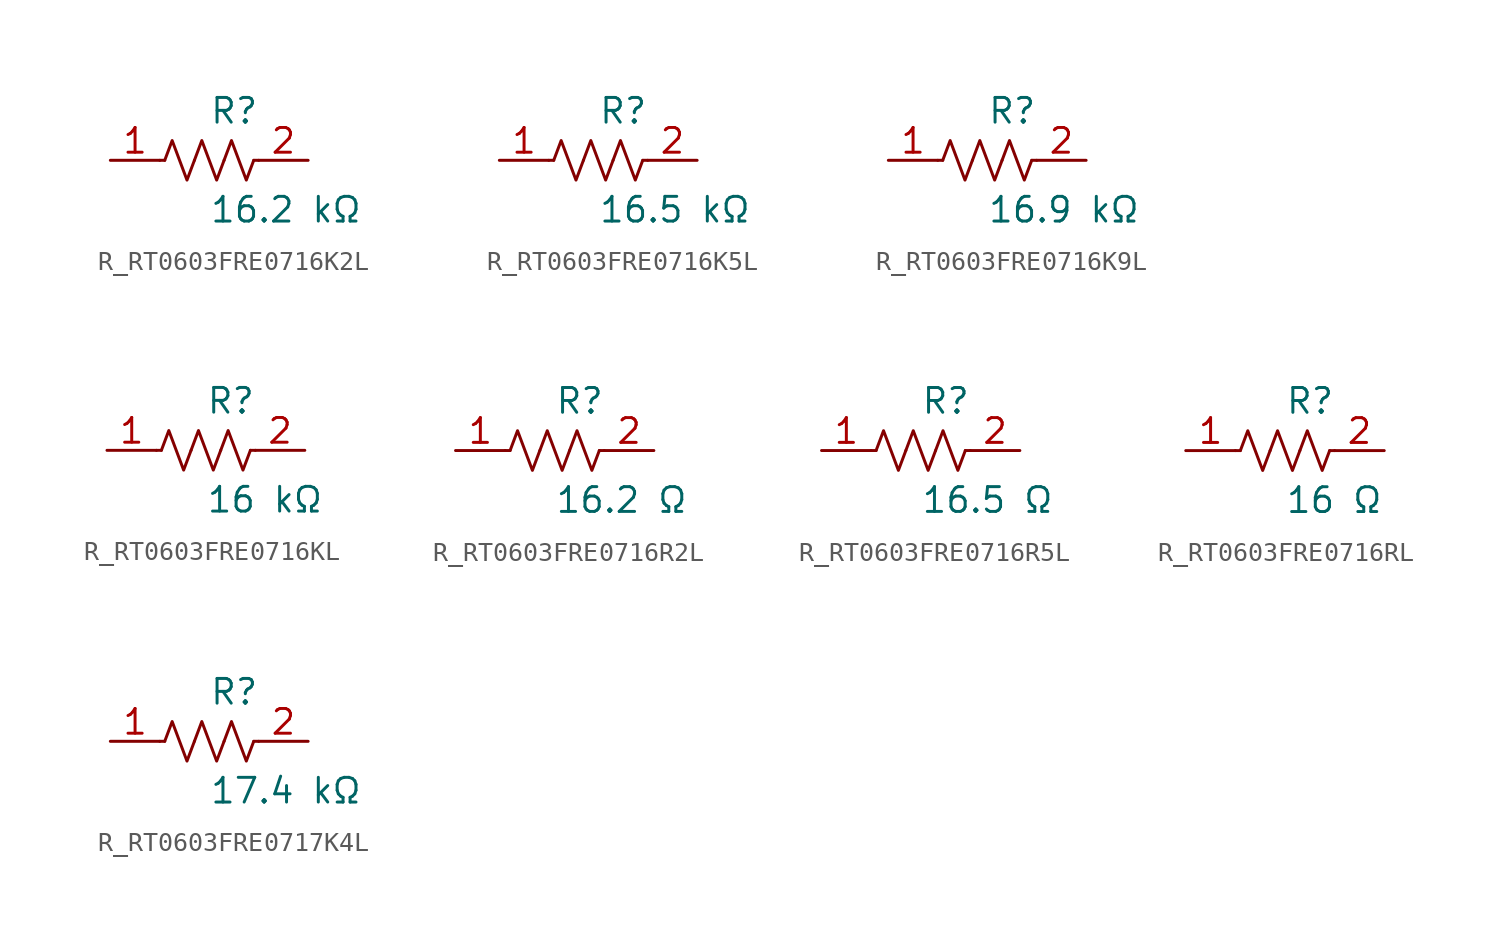
<source format=kicad_sym>
(kicad_symbol_lib
  (version 20231120)
  (generator kicad_symbol_editor)
  (generator_version 8.0)
  (symbol "R_RT0603FRE0716K2L"
    (pin_names
      (offset 0.254))
    (property "Reference" "R"
      (at 0.0 2.54 0)
      (effects (font (size 1.27 1.27)) (justify left)))
    (property "Value" "16.2 kΩ"
      (at 0.0 -2.54 0)
      (effects (font (size 1.27 1.27)) (justify left)))
    (symbol "R_RT0603FRE0716K2L_0_1"
      (polyline (pts (xy 2.286 0) (xy 2.54 0)) (stroke (width 0) (type default)) (fill (type none)))
      (polyline (pts (xy -2.286 0) (xy -2.54 0)) (stroke (width 0) (type default)) (fill (type none)))
      (polyline (pts (xy 0.762 0) (xy 1.143 1.016) (xy 1.524 0) (xy 1.905 -1.016) (xy 2.286 0)) (stroke (width 0) (type default)) (fill (type none)))
      (polyline (pts (xy -0.762 0) (xy -0.381 1.016) (xy 0 0) (xy 0.381 -1.016) (xy 0.762 0)) (stroke (width 0) (type default)) (fill (type none)))
      (polyline (pts (xy -2.286 0) (xy -1.905 1.016) (xy -1.524 0) (xy -1.143 -1.016) (xy -0.762 0)) (stroke (width 0) (type default)) (fill (type none))))
    (pin unspecified line
      (at -5.08 0 0)
      (length 2.54)
      (name "" (effects (font (size 1.27 1.27))))
      (number "1" (effects (font (size 1.27 1.27)))))
    (pin unspecified line
      (at 5.08 0 180)
      (length 2.54)
      (name "" (effects (font (size 1.27 1.27))))
      (number "2" (effects (font (size 1.27 1.27))))))
  (symbol "R_RT0603FRE0716K5L"
    (pin_names
      (offset 0.254))
    (property "Reference" "R"
      (at 0.0 2.54 0)
      (effects (font (size 1.27 1.27)) (justify left)))
    (property "Value" "16.5 kΩ"
      (at 0.0 -2.54 0)
      (effects (font (size 1.27 1.27)) (justify left)))
    (symbol "R_RT0603FRE0716K5L_0_1"
      (polyline (pts (xy 2.286 0) (xy 2.54 0)) (stroke (width 0) (type default)) (fill (type none)))
      (polyline (pts (xy -2.286 0) (xy -2.54 0)) (stroke (width 0) (type default)) (fill (type none)))
      (polyline (pts (xy 0.762 0) (xy 1.143 1.016) (xy 1.524 0) (xy 1.905 -1.016) (xy 2.286 0)) (stroke (width 0) (type default)) (fill (type none)))
      (polyline (pts (xy -0.762 0) (xy -0.381 1.016) (xy 0 0) (xy 0.381 -1.016) (xy 0.762 0)) (stroke (width 0) (type default)) (fill (type none)))
      (polyline (pts (xy -2.286 0) (xy -1.905 1.016) (xy -1.524 0) (xy -1.143 -1.016) (xy -0.762 0)) (stroke (width 0) (type default)) (fill (type none))))
    (pin unspecified line
      (at -5.08 0 0)
      (length 2.54)
      (name "" (effects (font (size 1.27 1.27))))
      (number "1" (effects (font (size 1.27 1.27)))))
    (pin unspecified line
      (at 5.08 0 180)
      (length 2.54)
      (name "" (effects (font (size 1.27 1.27))))
      (number "2" (effects (font (size 1.27 1.27))))))
  (symbol "R_RT0603FRE0716K9L"
    (pin_names
      (offset 0.254))
    (property "Reference" "R"
      (at 0.0 2.54 0)
      (effects (font (size 1.27 1.27)) (justify left)))
    (property "Value" "16.9 kΩ"
      (at 0.0 -2.54 0)
      (effects (font (size 1.27 1.27)) (justify left)))
    (symbol "R_RT0603FRE0716K9L_0_1"
      (polyline (pts (xy 2.286 0) (xy 2.54 0)) (stroke (width 0) (type default)) (fill (type none)))
      (polyline (pts (xy -2.286 0) (xy -2.54 0)) (stroke (width 0) (type default)) (fill (type none)))
      (polyline (pts (xy 0.762 0) (xy 1.143 1.016) (xy 1.524 0) (xy 1.905 -1.016) (xy 2.286 0)) (stroke (width 0) (type default)) (fill (type none)))
      (polyline (pts (xy -0.762 0) (xy -0.381 1.016) (xy 0 0) (xy 0.381 -1.016) (xy 0.762 0)) (stroke (width 0) (type default)) (fill (type none)))
      (polyline (pts (xy -2.286 0) (xy -1.905 1.016) (xy -1.524 0) (xy -1.143 -1.016) (xy -0.762 0)) (stroke (width 0) (type default)) (fill (type none))))
    (pin unspecified line
      (at -5.08 0 0)
      (length 2.54)
      (name "" (effects (font (size 1.27 1.27))))
      (number "1" (effects (font (size 1.27 1.27)))))
    (pin unspecified line
      (at 5.08 0 180)
      (length 2.54)
      (name "" (effects (font (size 1.27 1.27))))
      (number "2" (effects (font (size 1.27 1.27))))))
  (symbol "R_RT0603FRE0716KL"
    (pin_names
      (offset 0.254))
    (property "Reference" "R"
      (at 0.0 2.54 0)
      (effects (font (size 1.27 1.27)) (justify left)))
    (property "Value" "16 kΩ"
      (at 0.0 -2.54 0)
      (effects (font (size 1.27 1.27)) (justify left)))
    (symbol "R_RT0603FRE0716KL_0_1"
      (polyline (pts (xy 2.286 0) (xy 2.54 0)) (stroke (width 0) (type default)) (fill (type none)))
      (polyline (pts (xy -2.286 0) (xy -2.54 0)) (stroke (width 0) (type default)) (fill (type none)))
      (polyline (pts (xy 0.762 0) (xy 1.143 1.016) (xy 1.524 0) (xy 1.905 -1.016) (xy 2.286 0)) (stroke (width 0) (type default)) (fill (type none)))
      (polyline (pts (xy -0.762 0) (xy -0.381 1.016) (xy 0 0) (xy 0.381 -1.016) (xy 0.762 0)) (stroke (width 0) (type default)) (fill (type none)))
      (polyline (pts (xy -2.286 0) (xy -1.905 1.016) (xy -1.524 0) (xy -1.143 -1.016) (xy -0.762 0)) (stroke (width 0) (type default)) (fill (type none))))
    (pin unspecified line
      (at -5.08 0 0)
      (length 2.54)
      (name "" (effects (font (size 1.27 1.27))))
      (number "1" (effects (font (size 1.27 1.27)))))
    (pin unspecified line
      (at 5.08 0 180)
      (length 2.54)
      (name "" (effects (font (size 1.27 1.27))))
      (number "2" (effects (font (size 1.27 1.27))))))
  (symbol "R_RT0603FRE0716R2L"
    (pin_names
      (offset 0.254))
    (property "Reference" "R"
      (at 0.0 2.54 0)
      (effects (font (size 1.27 1.27)) (justify left)))
    (property "Value" "16.2 Ω"
      (at 0.0 -2.54 0)
      (effects (font (size 1.27 1.27)) (justify left)))
    (symbol "R_RT0603FRE0716R2L_0_1"
      (polyline (pts (xy 2.286 0) (xy 2.54 0)) (stroke (width 0) (type default)) (fill (type none)))
      (polyline (pts (xy -2.286 0) (xy -2.54 0)) (stroke (width 0) (type default)) (fill (type none)))
      (polyline (pts (xy 0.762 0) (xy 1.143 1.016) (xy 1.524 0) (xy 1.905 -1.016) (xy 2.286 0)) (stroke (width 0) (type default)) (fill (type none)))
      (polyline (pts (xy -0.762 0) (xy -0.381 1.016) (xy 0 0) (xy 0.381 -1.016) (xy 0.762 0)) (stroke (width 0) (type default)) (fill (type none)))
      (polyline (pts (xy -2.286 0) (xy -1.905 1.016) (xy -1.524 0) (xy -1.143 -1.016) (xy -0.762 0)) (stroke (width 0) (type default)) (fill (type none))))
    (pin unspecified line
      (at -5.08 0 0)
      (length 2.54)
      (name "" (effects (font (size 1.27 1.27))))
      (number "1" (effects (font (size 1.27 1.27)))))
    (pin unspecified line
      (at 5.08 0 180)
      (length 2.54)
      (name "" (effects (font (size 1.27 1.27))))
      (number "2" (effects (font (size 1.27 1.27))))))
  (symbol "R_RT0603FRE0716R5L"
    (pin_names
      (offset 0.254))
    (property "Reference" "R"
      (at 0.0 2.54 0)
      (effects (font (size 1.27 1.27)) (justify left)))
    (property "Value" "16.5 Ω"
      (at 0.0 -2.54 0)
      (effects (font (size 1.27 1.27)) (justify left)))
    (symbol "R_RT0603FRE0716R5L_0_1"
      (polyline (pts (xy 2.286 0) (xy 2.54 0)) (stroke (width 0) (type default)) (fill (type none)))
      (polyline (pts (xy -2.286 0) (xy -2.54 0)) (stroke (width 0) (type default)) (fill (type none)))
      (polyline (pts (xy 0.762 0) (xy 1.143 1.016) (xy 1.524 0) (xy 1.905 -1.016) (xy 2.286 0)) (stroke (width 0) (type default)) (fill (type none)))
      (polyline (pts (xy -0.762 0) (xy -0.381 1.016) (xy 0 0) (xy 0.381 -1.016) (xy 0.762 0)) (stroke (width 0) (type default)) (fill (type none)))
      (polyline (pts (xy -2.286 0) (xy -1.905 1.016) (xy -1.524 0) (xy -1.143 -1.016) (xy -0.762 0)) (stroke (width 0) (type default)) (fill (type none))))
    (pin unspecified line
      (at -5.08 0 0)
      (length 2.54)
      (name "" (effects (font (size 1.27 1.27))))
      (number "1" (effects (font (size 1.27 1.27)))))
    (pin unspecified line
      (at 5.08 0 180)
      (length 2.54)
      (name "" (effects (font (size 1.27 1.27))))
      (number "2" (effects (font (size 1.27 1.27))))))
  (symbol "R_RT0603FRE0716RL"
    (pin_names
      (offset 0.254))
    (property "Reference" "R"
      (at 0.0 2.54 0)
      (effects (font (size 1.27 1.27)) (justify left)))
    (property "Value" "16 Ω"
      (at 0.0 -2.54 0)
      (effects (font (size 1.27 1.27)) (justify left)))
    (symbol "R_RT0603FRE0716RL_0_1"
      (polyline (pts (xy 2.286 0) (xy 2.54 0)) (stroke (width 0) (type default)) (fill (type none)))
      (polyline (pts (xy -2.286 0) (xy -2.54 0)) (stroke (width 0) (type default)) (fill (type none)))
      (polyline (pts (xy 0.762 0) (xy 1.143 1.016) (xy 1.524 0) (xy 1.905 -1.016) (xy 2.286 0)) (stroke (width 0) (type default)) (fill (type none)))
      (polyline (pts (xy -0.762 0) (xy -0.381 1.016) (xy 0 0) (xy 0.381 -1.016) (xy 0.762 0)) (stroke (width 0) (type default)) (fill (type none)))
      (polyline (pts (xy -2.286 0) (xy -1.905 1.016) (xy -1.524 0) (xy -1.143 -1.016) (xy -0.762 0)) (stroke (width 0) (type default)) (fill (type none))))
    (pin unspecified line
      (at -5.08 0 0)
      (length 2.54)
      (name "" (effects (font (size 1.27 1.27))))
      (number "1" (effects (font (size 1.27 1.27)))))
    (pin unspecified line
      (at 5.08 0 180)
      (length 2.54)
      (name "" (effects (font (size 1.27 1.27))))
      (number "2" (effects (font (size 1.27 1.27))))))
  (symbol "R_RT0603FRE0717K4L"
    (pin_names
      (offset 0.254))
    (property "Reference" "R"
      (at 0.0 2.54 0)
      (effects (font (size 1.27 1.27)) (justify left)))
    (property "Value" "17.4 kΩ"
      (at 0.0 -2.54 0)
      (effects (font (size 1.27 1.27)) (justify left)))
    (symbol "R_RT0603FRE0717K4L_0_1"
      (polyline (pts (xy 2.286 0) (xy 2.54 0)) (stroke (width 0) (type default)) (fill (type none)))
      (polyline (pts (xy -2.286 0) (xy -2.54 0)) (stroke (width 0) (type default)) (fill (type none)))
      (polyline (pts (xy 0.762 0) (xy 1.143 1.016) (xy 1.524 0) (xy 1.905 -1.016) (xy 2.286 0)) (stroke (width 0) (type default)) (fill (type none)))
      (polyline (pts (xy -0.762 0) (xy -0.381 1.016) (xy 0 0) (xy 0.381 -1.016) (xy 0.762 0)) (stroke (width 0) (type default)) (fill (type none)))
      (polyline (pts (xy -2.286 0) (xy -1.905 1.016) (xy -1.524 0) (xy -1.143 -1.016) (xy -0.762 0)) (stroke (width 0) (type default)) (fill (type none))))
    (pin unspecified line
      (at -5.08 0 0)
      (length 2.54)
      (name "" (effects (font (size 1.27 1.27))))
      (number "1" (effects (font (size 1.27 1.27)))))
    (pin unspecified line
      (at 5.08 0 180)
      (length 2.54)
      (name "" (effects (font (size 1.27 1.27))))
      (number "2" (effects (font (size 1.27 1.27)))))))
</source>
